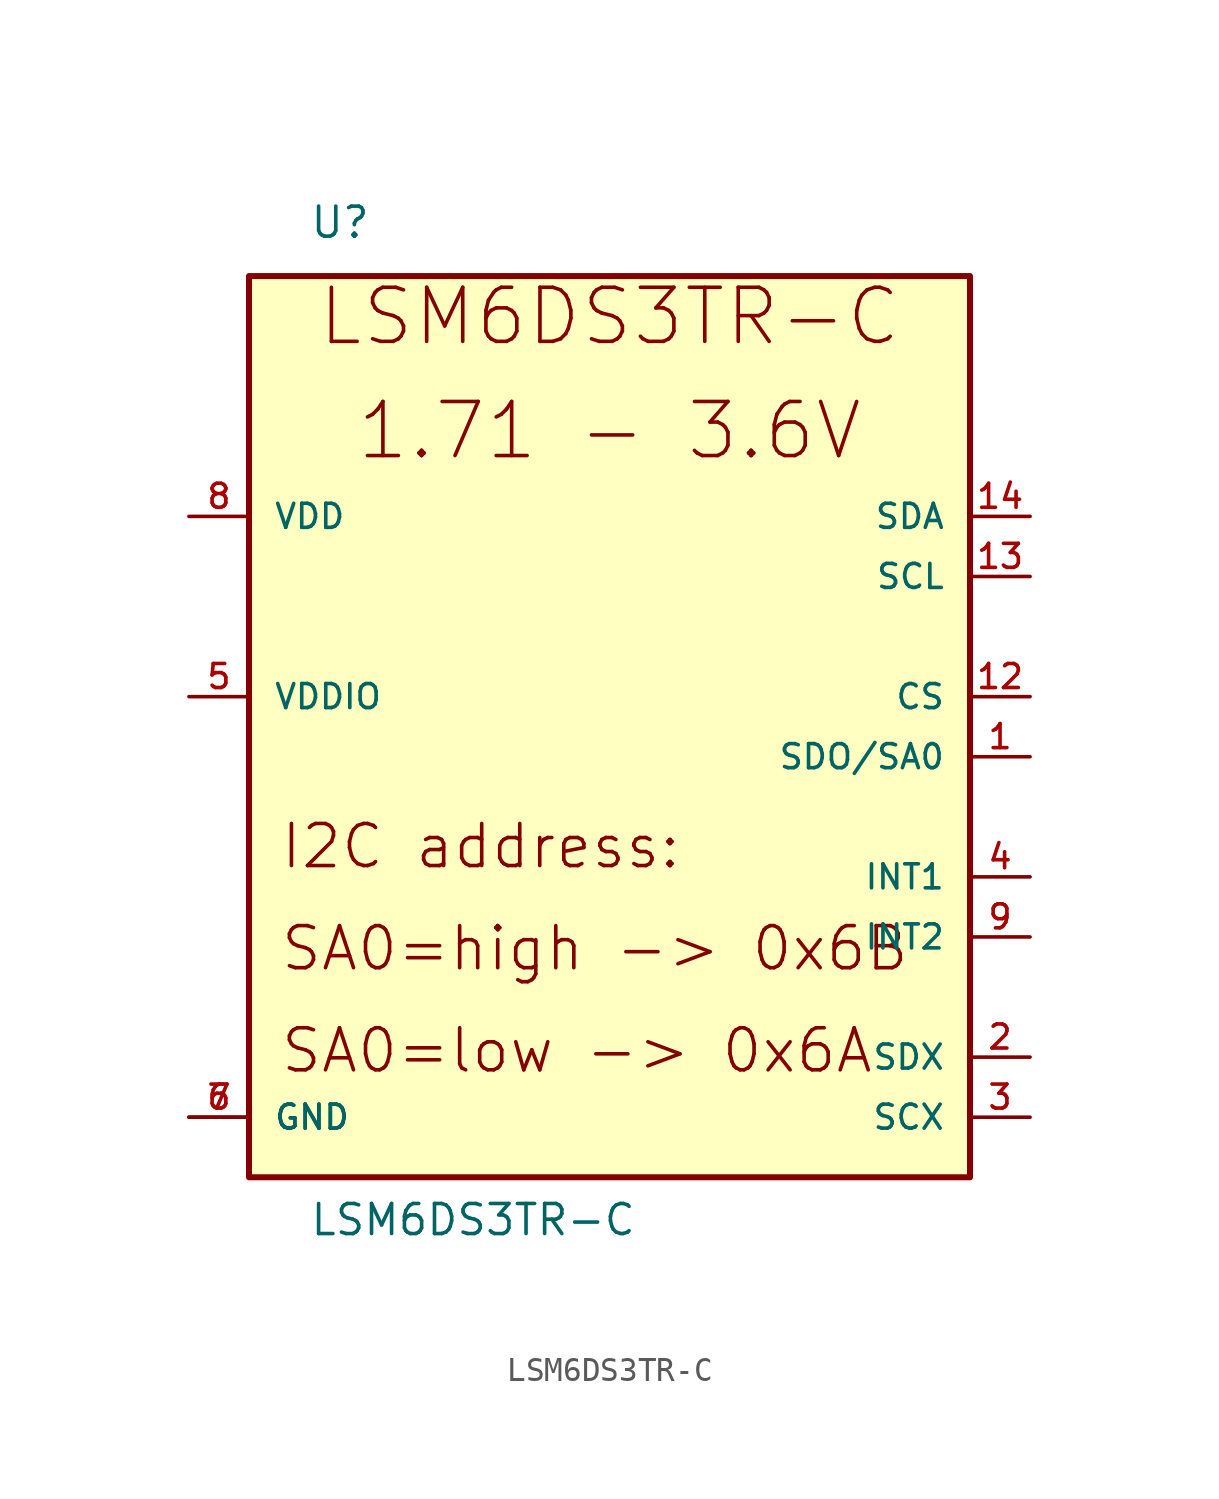
<source format=kicad_sym>
(kicad_symbol_lib
  (version 20211014)
  (generator kicad_symbol_editor)
  (symbol "LSM6DS3TR-C"
    (pin_names
      (offset 1.016))
    (property "Reference" "U"
      (at -12.7 14.224 0)
      (effects (font (size 1.27 1.27)) (justify bottom left)))
    (property "Value" "LSM6DS3TR-C"
      (at -12.7 -27.94 0)
      (effects (font (size 1.27 1.27)) (justify bottom left)))
    (symbol "LSM6DS3TR-C_0_0"
      (text "LSM6DS3TR-C" (at 0.0 9.652 0) (effects (font (size 2.286 2.286)) (justify bottom)))
      (text "1.71 - 3.6V" (at 0.0 4.826 0) (effects (font (size 2.286 2.286)) (justify bottom)))
      (text "I2C address:" (at -13.97 -12.446 0) (effects (font (size 1.778 1.778)) (justify bottom left)))
      (text "SA0=high -> 0x6B" (at -13.97 -16.764 0) (effects (font (size 1.778 1.778)) (justify bottom left)))
      (text "SA0=low -> 0x6A" (at -13.97 -21.082 0) (effects (font (size 1.778 1.778)) (justify bottom left)))
      (rectangle (start -15.24 -25.4) (end 15.24 12.7) (stroke (width 0.254)) (fill (type background)))
      (pin bidirectional line (at -17.78 2.54 0) (length 2.54) (name "VDD" (effects (font (size 1.016 1.016)))) (number "8" (effects (font (size 1.016 1.016)))))
      (pin bidirectional line (at -17.78 -5.08 0) (length 2.54) (name "VDDIO" (effects (font (size 1.016 1.016)))) (number "5" (effects (font (size 1.016 1.016)))))
      (pin bidirectional line (at 17.78 -12.7 180.0) (length 2.54) (name "INT1" (effects (font (size 1.016 1.016)))) (number "4" (effects (font (size 1.016 1.016)))))
      (pin bidirectional line (at 17.78 -15.24 180.0) (length 2.54) (name "INT2" (effects (font (size 1.016 1.016)))) (number "9" (effects (font (size 1.016 1.016)))))
      (pin bidirectional line (at -17.78 -22.86 0) (length 2.54) (name "GND" (effects (font (size 1.016 1.016)))) (number "6" (effects (font (size 1.016 1.016)))))
      (pin bidirectional line (at -17.78 -22.86 0) (length 2.54) (name "GND" (effects (font (size 1.016 1.016)))) (number "7" (effects (font (size 1.016 1.016)))))
      (pin bidirectional line (at 17.78 2.54 180.0) (length 2.54) (name "SDA" (effects (font (size 1.016 1.016)))) (number "14" (effects (font (size 1.016 1.016)))))
      (pin bidirectional line (at 17.78 -7.62 180.0) (length 2.54) (name "SDO/SA0" (effects (font (size 1.016 1.016)))) (number "1" (effects (font (size 1.016 1.016)))))
      (pin bidirectional line (at 17.78 -5.08 180.0) (length 2.54) (name "CS" (effects (font (size 1.016 1.016)))) (number "12" (effects (font (size 1.016 1.016)))))
      (pin bidirectional line (at 17.78 0.0 180.0) (length 2.54) (name "SCL" (effects (font (size 1.016 1.016)))) (number "13" (effects (font (size 1.016 1.016)))))
      (pin bidirectional line (at 17.78 -20.32 180.0) (length 2.54) (name "SDX" (effects (font (size 1.016 1.016)))) (number "2" (effects (font (size 1.016 1.016)))))
      (pin bidirectional line (at 17.78 -22.86 180.0) (length 2.54) (name "SCX" (effects (font (size 1.016 1.016)))) (number "3" (effects (font (size 1.016 1.016))))))))
</source>
